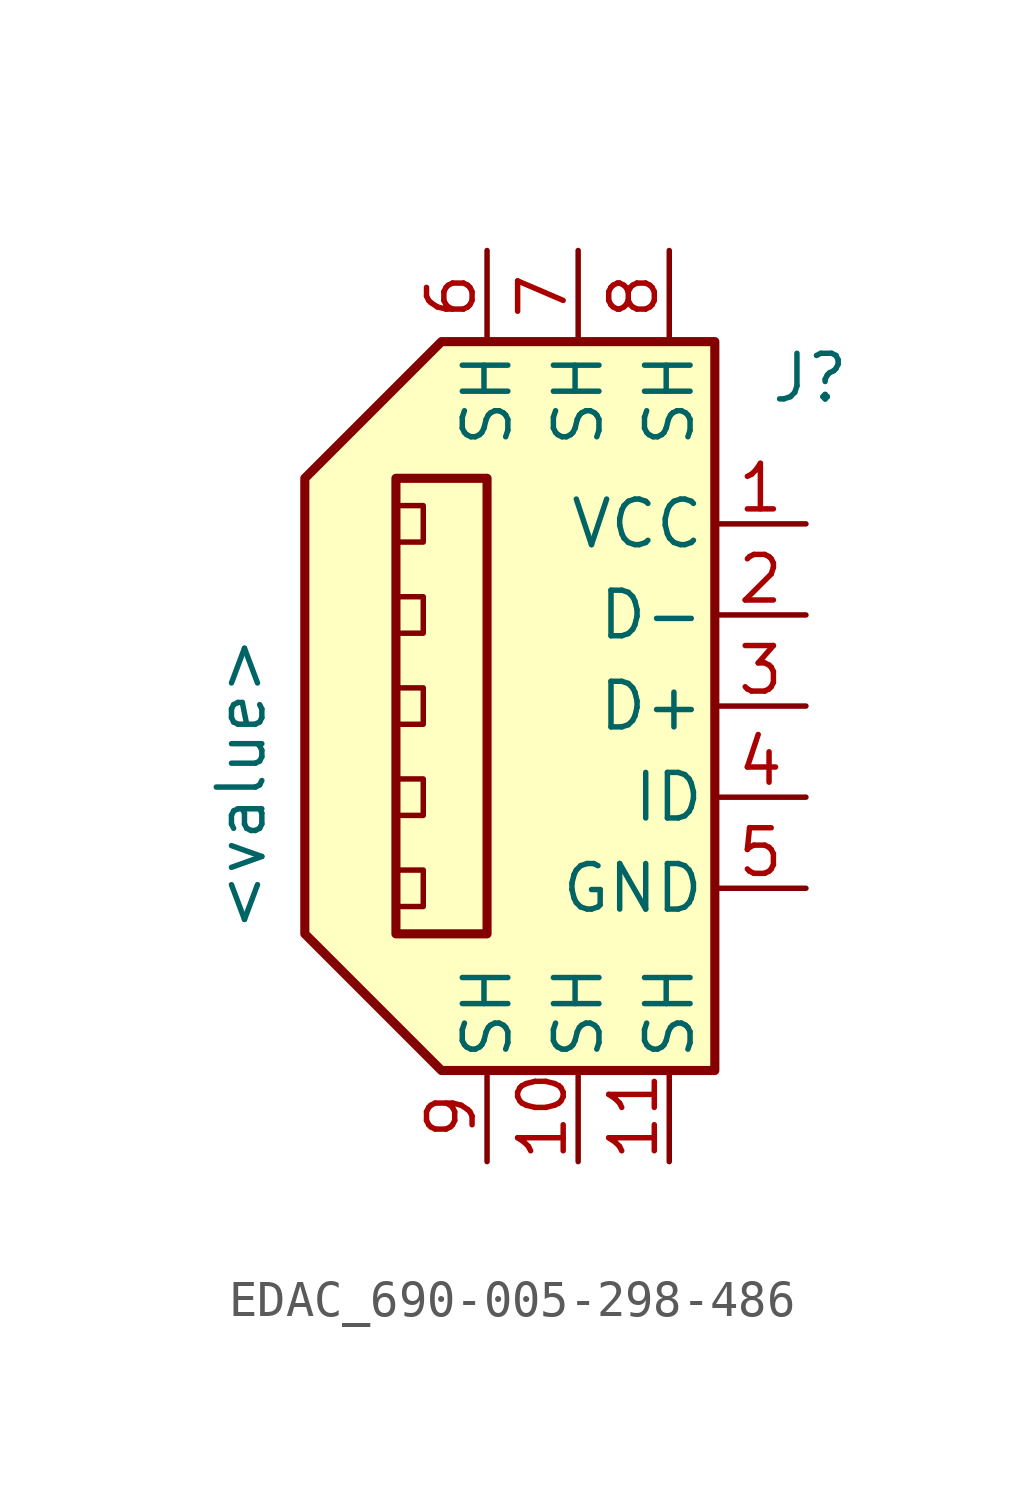
<source format=kicad_sym>
(kicad_symbol_lib
  (version 20241209)
  (generator "kicad_symbol_editor")
  (generator_version "9.0")
  (symbol "EDAC_690-005-298-486"
    (pin_names
      (offset 0.254))
    (property "Reference" "J"
      (at 12.954 9.144 0)
      (effects (font (size 1.27 1.27)) (justify left)))
    (property "Value" "<value>"
      (at -1.778 -6.35 90)
      (effects (font (size 1.27 1.27)) (justify left)))
    (symbol "EDAC_690-005-298-486_1_1"
      (rectangle (start 2.54 6.35) (end 5.08 -6.35) (stroke (width 0.254) (type default)) (fill (type none)))
      (rectangle (start 2.54 5.588) (end 3.302 4.572) (stroke (width 0) (type default)) (fill (type none)))
      (rectangle (start 2.54 3.048) (end 3.302 2.032) (stroke (width 0) (type default)) (fill (type none)))
      (rectangle (start 2.54 0.508) (end 3.302 -0.508) (stroke (width 0) (type default)) (fill (type none)))
      (rectangle (start 2.54 -2.032) (end 3.302 -3.048) (stroke (width 0) (type default)) (fill (type none)))
      (rectangle (start 2.54 -4.572) (end 3.302 -5.588) (stroke (width 0) (type default)) (fill (type none)))
      (polyline (pts (xy 11.43 10.16) (xy 3.81 10.16) (xy 0 6.35) (xy 0 -6.35) (xy 3.81 -10.16) (xy 11.43 -10.16) (xy 11.43 10.16)) (stroke (width 0.254) (type default)) (fill (type background)))
      (pin passive line (at 5.08 12.7 270) (length 2.54) (name "SH" (effects (font (size 1.27 1.27)))) (number "6" (effects (font (size 1.27 1.27)))))
      (pin passive line (at 5.08 -12.7 90) (length 2.54) (name "SH" (effects (font (size 1.27 1.27)))) (number "9" (effects (font (size 1.27 1.27)))))
      (pin passive line (at 7.62 12.7 270) (length 2.54) (name "SH" (effects (font (size 1.27 1.27)))) (number "7" (effects (font (size 1.27 1.27)))))
      (pin passive line (at 7.62 -12.7 90) (length 2.54) (name "SH" (effects (font (size 1.27 1.27)))) (number "10" (effects (font (size 1.27 1.27)))))
      (pin passive line (at 10.16 12.7 270) (length 2.54) (name "SH" (effects (font (size 1.27 1.27)))) (number "8" (effects (font (size 1.27 1.27)))))
      (pin passive line (at 10.16 -12.7 90) (length 2.54) (name "SH" (effects (font (size 1.27 1.27)))) (number "11" (effects (font (size 1.27 1.27)))))
      (pin power_out line (at 13.97 5.08 180) (length 2.54) (name "VCC" (effects (font (size 1.27 1.27)))) (number "1" (effects (font (size 1.27 1.27)))))
      (pin bidirectional line (at 13.97 2.54 180) (length 2.54) (name "D-" (effects (font (size 1.27 1.27)))) (number "2" (effects (font (size 1.27 1.27)))))
      (pin bidirectional line (at 13.97 0 180) (length 2.54) (name "D+" (effects (font (size 1.27 1.27)))) (number "3" (effects (font (size 1.27 1.27)))))
      (pin passive line (at 13.97 -2.54 180) (length 2.54) (name "ID" (effects (font (size 1.27 1.27)))) (number "4" (effects (font (size 1.27 1.27)))))
      (pin power_out line (at 13.97 -5.08 180) (length 2.54) (name "GND" (effects (font (size 1.27 1.27)))) (number "5" (effects (font (size 1.27 1.27))))))))
</source>
